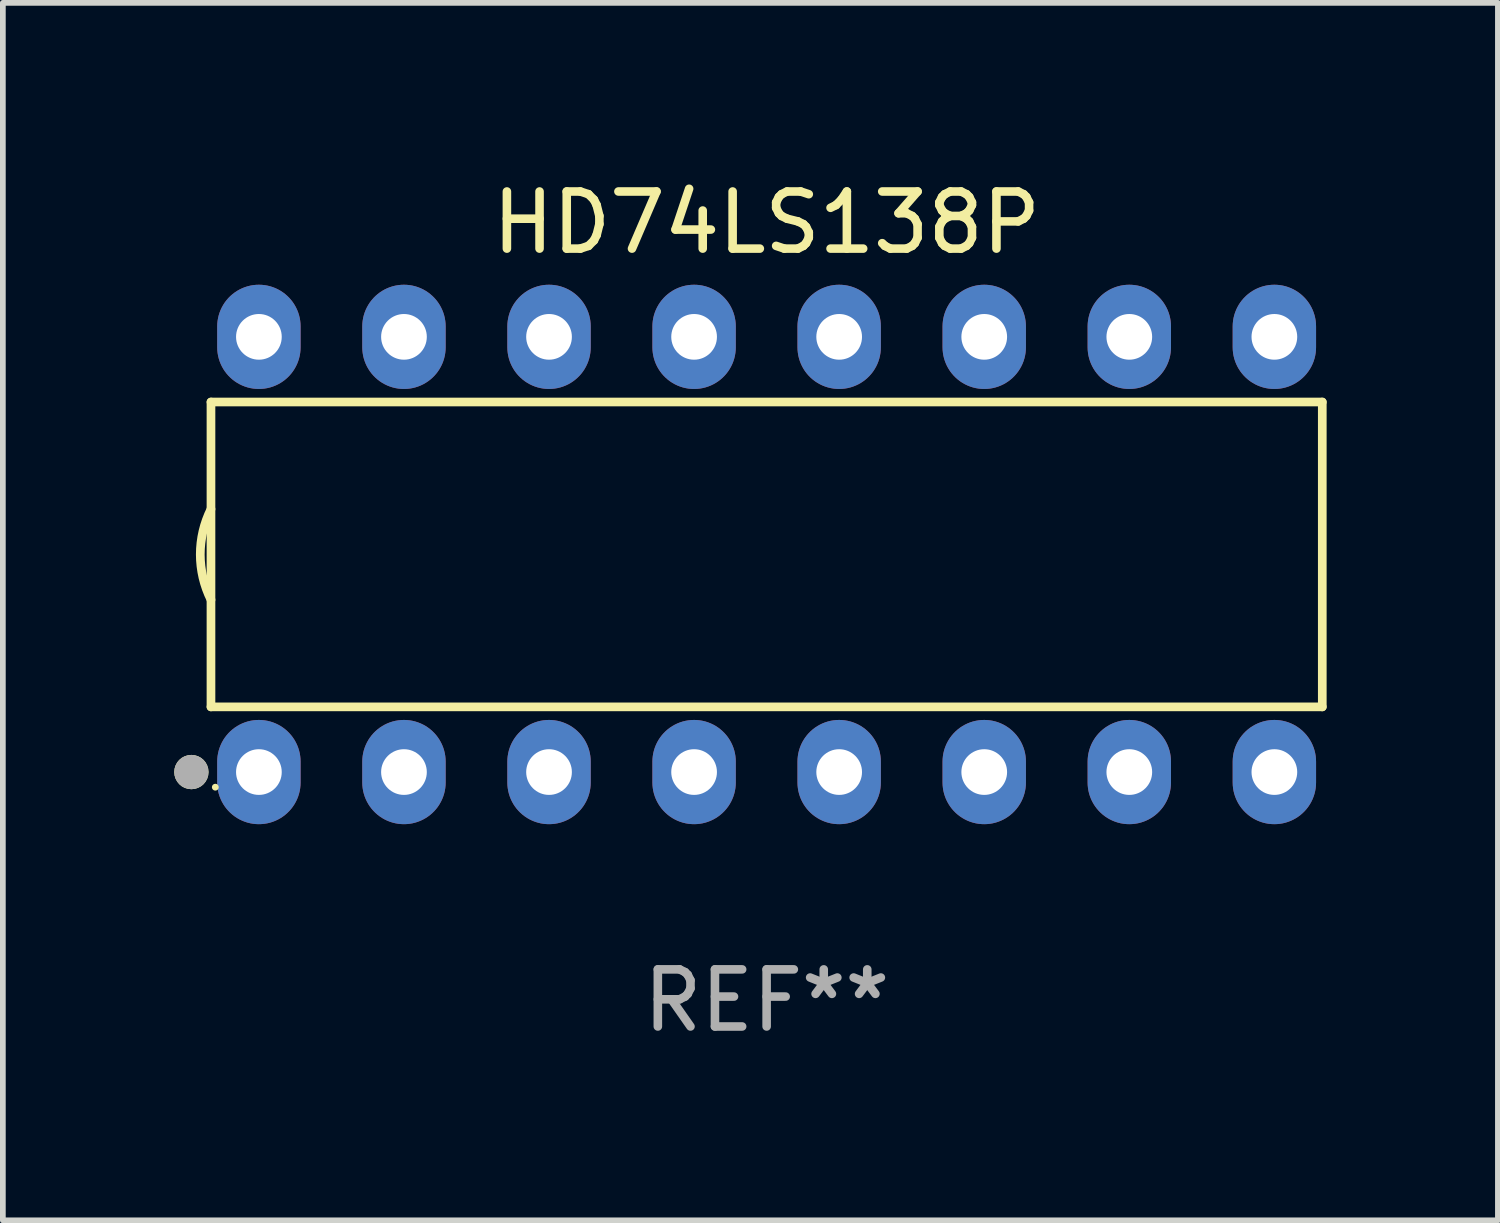
<source format=kicad_pcb>
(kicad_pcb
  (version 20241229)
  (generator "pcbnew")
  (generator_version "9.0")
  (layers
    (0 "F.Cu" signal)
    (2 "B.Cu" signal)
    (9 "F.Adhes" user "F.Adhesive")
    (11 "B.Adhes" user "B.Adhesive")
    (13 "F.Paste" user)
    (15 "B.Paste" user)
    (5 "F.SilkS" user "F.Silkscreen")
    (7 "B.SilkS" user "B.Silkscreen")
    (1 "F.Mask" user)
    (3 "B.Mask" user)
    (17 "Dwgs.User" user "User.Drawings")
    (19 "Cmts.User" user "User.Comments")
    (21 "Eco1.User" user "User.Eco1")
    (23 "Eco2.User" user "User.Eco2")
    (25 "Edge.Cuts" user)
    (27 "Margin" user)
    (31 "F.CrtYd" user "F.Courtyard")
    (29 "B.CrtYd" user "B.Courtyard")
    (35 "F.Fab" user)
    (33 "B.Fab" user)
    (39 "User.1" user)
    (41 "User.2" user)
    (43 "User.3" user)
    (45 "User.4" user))
  (footprint "HD74LS138P"
    (layer "F.Cu")
    (at 10.373 6.658)
    (property "Reference" "HD74LS138P" (at 0 -5.81 0) (layer "F.SilkS") (effects (font (size 1 1) (thickness 0.15))))
    (attr through_hole)
    (fp_line (start -9.729 -2.669) (end 9.729 -2.669) (stroke (width 0.152) (type solid)) (layer "F.SilkS"))
    (fp_line (start -9.729 2.669) (end -9.729 -2.669) (stroke (width 0.152) (type solid)) (layer "F.SilkS"))
    (fp_line (start 9.729 -2.669) (end 9.729 2.669) (stroke (width 0.152) (type solid)) (layer "F.SilkS"))
    (fp_line (start 9.729 2.669) (end -9.729 2.669) (stroke (width 0.152) (type solid)) (layer "F.SilkS"))
    (fp_arc (start -9.728727 0.793751) (mid -9.916106 0) (end -9.728727 -0.793752) (stroke (width 0.1524) (type solid)) (layer "F.SilkS"))
    (fp_circle (center -10.072 3.81) (end -9.922 3.81) (stroke (width 0.3) (type solid)) (fill no) (layer "F.SilkS"))
    (fp_circle (center -9.653 4.075) (end -9.623 4.075) (stroke (width 0.06) (type solid)) (fill no) (layer "F.SilkS"))
    (fp_circle (center -10.072 3.81) (end -9.922 3.81) (stroke (width 0.3) (type solid)) (fill no) (layer "F.Fab"))
    (fp_text user "REF**" (at 0 7.81 0) (layer "F.Fab") (effects (font (size 1 1) (thickness 0.15))))
    (pad "1" thru_hole oval (at -8.89 3.81) (size 1.46 1.825) (drill 0.8) (layers "*.Cu" "*.Mask"))
    (pad "2" thru_hole oval (at -6.35 3.81) (size 1.46 1.825) (drill 0.8) (layers "*.Cu" "*.Mask"))
    (pad "3" thru_hole oval (at -3.81 3.81) (size 1.46 1.825) (drill 0.8) (layers "*.Cu" "*.Mask"))
    (pad "4" thru_hole oval (at -1.27 3.81) (size 1.46 1.825) (drill 0.8) (layers "*.Cu" "*.Mask"))
    (pad "5" thru_hole oval (at 1.27 3.81) (size 1.46 1.825) (drill 0.8) (layers "*.Cu" "*.Mask"))
    (pad "6" thru_hole oval (at 3.81 3.81) (size 1.46 1.825) (drill 0.8) (layers "*.Cu" "*.Mask"))
    (pad "7" thru_hole oval (at 6.35 3.81) (size 1.46 1.825) (drill 0.8) (layers "*.Cu" "*.Mask"))
    (pad "8" thru_hole oval (at 8.89 3.81) (size 1.46 1.825) (drill 0.8) (layers "*.Cu" "*.Mask"))
    (pad "9" thru_hole oval (at 8.89 -3.81) (size 1.46 1.825) (drill 0.8) (layers "*.Cu" "*.Mask"))
    (pad "10" thru_hole oval (at 6.35 -3.81) (size 1.46 1.825) (drill 0.8) (layers "*.Cu" "*.Mask"))
    (pad "11" thru_hole oval (at 3.81 -3.81) (size 1.46 1.825) (drill 0.8) (layers "*.Cu" "*.Mask"))
    (pad "12" thru_hole oval (at 1.27 -3.81) (size 1.46 1.825) (drill 0.8) (layers "*.Cu" "*.Mask"))
    (pad "13" thru_hole oval (at -1.27 -3.81) (size 1.46 1.825) (drill 0.8) (layers "*.Cu" "*.Mask"))
    (pad "14" thru_hole oval (at -3.81 -3.81) (size 1.46 1.825) (drill 0.8) (layers "*.Cu" "*.Mask"))
    (pad "15" thru_hole oval (at -6.35 -3.81) (size 1.46 1.825) (drill 0.8) (layers "*.Cu" "*.Mask"))
    (pad "16" thru_hole oval (at -8.89 -3.81) (size 1.46 1.825) (drill 0.8) (layers "*.Cu" "*.Mask")))
  (gr_rect
    (start -3 -3)
    (end 23.177 18.317)
    (stroke (width 0.1) (type default))
    (fill no)
    (layer "Edge.Cuts")))
</source>
